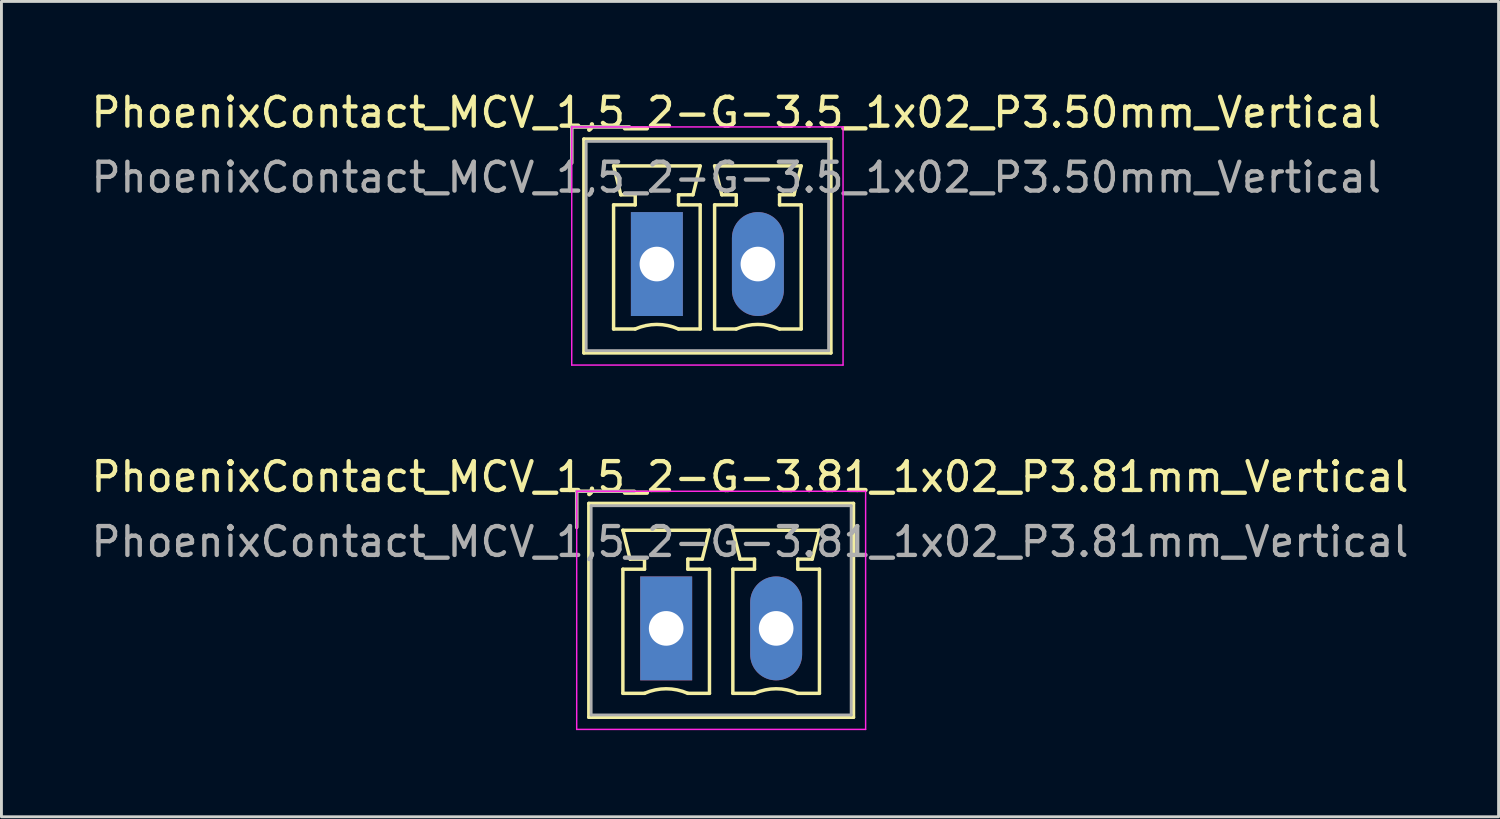
<source format=kicad_pcb>
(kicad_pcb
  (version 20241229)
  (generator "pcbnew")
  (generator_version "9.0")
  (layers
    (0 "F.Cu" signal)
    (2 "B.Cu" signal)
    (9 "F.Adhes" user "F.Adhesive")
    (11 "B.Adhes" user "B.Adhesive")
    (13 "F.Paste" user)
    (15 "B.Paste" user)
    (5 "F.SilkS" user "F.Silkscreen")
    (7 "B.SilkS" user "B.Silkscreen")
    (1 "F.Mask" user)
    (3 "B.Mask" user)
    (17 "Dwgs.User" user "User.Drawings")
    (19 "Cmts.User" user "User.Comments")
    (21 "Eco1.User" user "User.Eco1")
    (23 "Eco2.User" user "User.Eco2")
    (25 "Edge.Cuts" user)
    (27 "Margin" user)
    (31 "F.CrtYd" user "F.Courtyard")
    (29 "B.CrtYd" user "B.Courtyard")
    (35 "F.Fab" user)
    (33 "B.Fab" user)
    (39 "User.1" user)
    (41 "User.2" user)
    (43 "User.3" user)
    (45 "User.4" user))
  (footprint "PhoenixContact_MCV_1,5_2-G-3.5_1x02_P3.50mm_Vertical"
    (layer "F.Cu")
    (at 19.708 6.098)
    (property "Reference" "PhoenixContact_MCV_1,5_2-G-3.5_1x02_P3.50mm_Vertical" (at 2.75 -5.25 0) (layer "F.SilkS") (effects (font (size 1 1) (thickness 0.15))))
    (attr through_hole)
    (fp_line (start -2.95 -4.75) (end -0.95 -4.75) (stroke (width 0.12) (type solid)) (layer "F.SilkS"))
    (fp_line (start -2.95 -3.5) (end -2.95 -4.75) (stroke (width 0.12) (type solid)) (layer "F.SilkS"))
    (fp_line (start -2.53 -4.33) (end -2.53 3.08) (stroke (width 0.12) (type solid)) (layer "F.SilkS"))
    (fp_line (start -2.53 3.08) (end 6.03 3.08) (stroke (width 0.12) (type solid)) (layer "F.SilkS"))
    (fp_line (start -1.5 -3.4) (end 1.5 -3.4) (stroke (width 0.12) (type solid)) (layer "F.SilkS"))
    (fp_line (start -1.5 -2.05) (end -0.75 -2.05) (stroke (width 0.12) (type solid)) (layer "F.SilkS"))
    (fp_line (start -1.5 2.25) (end -1.5 -2.05) (stroke (width 0.12) (type solid)) (layer "F.SilkS"))
    (fp_line (start -1.25 -2.4) (end -1.5 -3.4) (stroke (width 0.12) (type solid)) (layer "F.SilkS"))
    (fp_line (start -0.75 -2.4) (end -1.25 -2.4) (stroke (width 0.12) (type solid)) (layer "F.SilkS"))
    (fp_line (start -0.75 -2.05) (end -0.75 -2.4) (stroke (width 0.12) (type solid)) (layer "F.SilkS"))
    (fp_line (start -0.75 2.25) (end -1.5 2.25) (stroke (width 0.12) (type solid)) (layer "F.SilkS"))
    (fp_line (start 0.75 -2.4) (end 0.75 -2.05) (stroke (width 0.12) (type solid)) (layer "F.SilkS"))
    (fp_line (start 0.75 -2.05) (end 1.5 -2.05) (stroke (width 0.12) (type solid)) (layer "F.SilkS"))
    (fp_line (start 1.25 -2.4) (end 0.75 -2.4) (stroke (width 0.12) (type solid)) (layer "F.SilkS"))
    (fp_line (start 1.5 -3.4) (end 1.25 -2.4) (stroke (width 0.12) (type solid)) (layer "F.SilkS"))
    (fp_line (start 1.5 -2.05) (end 1.5 2.25) (stroke (width 0.12) (type solid)) (layer "F.SilkS"))
    (fp_line (start 1.5 2.25) (end 0.75 2.25) (stroke (width 0.12) (type solid)) (layer "F.SilkS"))
    (fp_line (start 2 -3.4) (end 5 -3.4) (stroke (width 0.12) (type solid)) (layer "F.SilkS"))
    (fp_line (start 2 -2.05) (end 2.75 -2.05) (stroke (width 0.12) (type solid)) (layer "F.SilkS"))
    (fp_line (start 2 2.25) (end 2 -2.05) (stroke (width 0.12) (type solid)) (layer "F.SilkS"))
    (fp_line (start 2.25 -2.4) (end 2 -3.4) (stroke (width 0.12) (type solid)) (layer "F.SilkS"))
    (fp_line (start 2.75 -2.4) (end 2.25 -2.4) (stroke (width 0.12) (type solid)) (layer "F.SilkS"))
    (fp_line (start 2.75 -2.05) (end 2.75 -2.4) (stroke (width 0.12) (type solid)) (layer "F.SilkS"))
    (fp_line (start 2.75 2.25) (end 2 2.25) (stroke (width 0.12) (type solid)) (layer "F.SilkS"))
    (fp_line (start 4.25 -2.4) (end 4.25 -2.05) (stroke (width 0.12) (type solid)) (layer "F.SilkS"))
    (fp_line (start 4.25 -2.05) (end 5 -2.05) (stroke (width 0.12) (type solid)) (layer "F.SilkS"))
    (fp_line (start 4.75 -2.4) (end 4.25 -2.4) (stroke (width 0.12) (type solid)) (layer "F.SilkS"))
    (fp_line (start 5 -3.4) (end 4.75 -2.4) (stroke (width 0.12) (type solid)) (layer "F.SilkS"))
    (fp_line (start 5 -2.05) (end 5 2.25) (stroke (width 0.12) (type solid)) (layer "F.SilkS"))
    (fp_line (start 5 2.25) (end 4.25 2.25) (stroke (width 0.12) (type solid)) (layer "F.SilkS"))
    (fp_line (start 6.03 -4.33) (end -2.53 -4.33) (stroke (width 0.12) (type solid)) (layer "F.SilkS"))
    (fp_line (start 6.03 3.08) (end 6.03 -4.33) (stroke (width 0.12) (type solid)) (layer "F.SilkS"))
    (fp_arc (start -0.75 2.25) (mid -0.000193 2.09191) (end 0.749647 2.249844) (stroke (width 0.12) (type solid)) (layer "F.SilkS"))
    (fp_arc (start 2.75 2.25) (mid 3.499807 2.09191) (end 4.249647 2.249844) (stroke (width 0.12) (type solid)) (layer "F.SilkS"))
    (fp_line (start -2.95 -4.75) (end -2.95 3.5) (stroke (width 0.05) (type solid)) (layer "F.CrtYd"))
    (fp_line (start -2.95 3.5) (end 6.45 3.5) (stroke (width 0.05) (type solid)) (layer "F.CrtYd"))
    (fp_line (start 6.45 -4.75) (end -2.95 -4.75) (stroke (width 0.05) (type solid)) (layer "F.CrtYd"))
    (fp_line (start 6.45 3.5) (end 6.45 -4.75) (stroke (width 0.05) (type solid)) (layer "F.CrtYd"))
    (fp_line (start -2.95 -4.75) (end -0.95 -4.75) (stroke (width 0.1) (type solid)) (layer "F.Fab"))
    (fp_line (start -2.95 -3.5) (end -2.95 -4.75) (stroke (width 0.1) (type solid)) (layer "F.Fab"))
    (fp_line (start -2.45 -4.25) (end -2.45 3) (stroke (width 0.1) (type solid)) (layer "F.Fab"))
    (fp_line (start -2.45 3) (end 5.95 3) (stroke (width 0.1) (type solid)) (layer "F.Fab"))
    (fp_line (start 5.95 -4.25) (end -2.45 -4.25) (stroke (width 0.1) (type solid)) (layer "F.Fab"))
    (fp_line (start 5.95 3) (end 5.95 -4.25) (stroke (width 0.1) (type solid)) (layer "F.Fab"))
    (fp_text user "${REFERENCE}" (at 2.75 -3 0) (layer "F.Fab") (effects (font (size 1 1) (thickness 0.15))))
    (pad "1" thru_hole rect (at 0 0) (size 1.8 3.6) (drill 1.2) (layers "*.Cu" "*.Mask"))
    (pad "2" thru_hole oval (at 3.5 0) (size 1.8 3.6) (drill 1.2) (layers "*.Cu" "*.Mask")))
  (footprint "PhoenixContact_MCV_1,5_2-G-3.81_1x02_P3.81mm_Vertical"
    (layer "F.Cu")
    (at 20.03 18.721)
    (property "Reference" "PhoenixContact_MCV_1,5_2-G-3.81_1x02_P3.81mm_Vertical" (at 2.905 -5.25 0) (layer "F.SilkS") (effects (font (size 1 1) (thickness 0.15))))
    (attr through_hole)
    (fp_line (start -3.1 -4.75) (end -1.1 -4.75) (stroke (width 0.12) (type solid)) (layer "F.SilkS"))
    (fp_line (start -3.1 -3.5) (end -3.1 -4.75) (stroke (width 0.12) (type solid)) (layer "F.SilkS"))
    (fp_line (start -2.68 -4.33) (end -2.68 3.08) (stroke (width 0.12) (type solid)) (layer "F.SilkS"))
    (fp_line (start -2.68 3.08) (end 6.49 3.08) (stroke (width 0.12) (type solid)) (layer "F.SilkS"))
    (fp_line (start -1.5 -3.4) (end 1.5 -3.4) (stroke (width 0.12) (type solid)) (layer "F.SilkS"))
    (fp_line (start -1.5 -2.05) (end -0.75 -2.05) (stroke (width 0.12) (type solid)) (layer "F.SilkS"))
    (fp_line (start -1.5 2.25) (end -1.5 -2.05) (stroke (width 0.12) (type solid)) (layer "F.SilkS"))
    (fp_line (start -1.25 -2.4) (end -1.5 -3.4) (stroke (width 0.12) (type solid)) (layer "F.SilkS"))
    (fp_line (start -0.75 -2.4) (end -1.25 -2.4) (stroke (width 0.12) (type solid)) (layer "F.SilkS"))
    (fp_line (start -0.75 -2.05) (end -0.75 -2.4) (stroke (width 0.12) (type solid)) (layer "F.SilkS"))
    (fp_line (start -0.75 2.25) (end -1.5 2.25) (stroke (width 0.12) (type solid)) (layer "F.SilkS"))
    (fp_line (start 0.75 -2.4) (end 0.75 -2.05) (stroke (width 0.12) (type solid)) (layer "F.SilkS"))
    (fp_line (start 0.75 -2.05) (end 1.5 -2.05) (stroke (width 0.12) (type solid)) (layer "F.SilkS"))
    (fp_line (start 1.25 -2.4) (end 0.75 -2.4) (stroke (width 0.12) (type solid)) (layer "F.SilkS"))
    (fp_line (start 1.5 -3.4) (end 1.25 -2.4) (stroke (width 0.12) (type solid)) (layer "F.SilkS"))
    (fp_line (start 1.5 -2.05) (end 1.5 2.25) (stroke (width 0.12) (type solid)) (layer "F.SilkS"))
    (fp_line (start 1.5 2.25) (end 0.75 2.25) (stroke (width 0.12) (type solid)) (layer "F.SilkS"))
    (fp_line (start 2.31 -3.4) (end 5.31 -3.4) (stroke (width 0.12) (type solid)) (layer "F.SilkS"))
    (fp_line (start 2.31 -2.05) (end 3.06 -2.05) (stroke (width 0.12) (type solid)) (layer "F.SilkS"))
    (fp_line (start 2.31 2.25) (end 2.31 -2.05) (stroke (width 0.12) (type solid)) (layer "F.SilkS"))
    (fp_line (start 2.56 -2.4) (end 2.31 -3.4) (stroke (width 0.12) (type solid)) (layer "F.SilkS"))
    (fp_line (start 3.06 -2.4) (end 2.56 -2.4) (stroke (width 0.12) (type solid)) (layer "F.SilkS"))
    (fp_line (start 3.06 -2.05) (end 3.06 -2.4) (stroke (width 0.12) (type solid)) (layer "F.SilkS"))
    (fp_line (start 3.06 2.25) (end 2.31 2.25) (stroke (width 0.12) (type solid)) (layer "F.SilkS"))
    (fp_line (start 4.56 -2.4) (end 4.56 -2.05) (stroke (width 0.12) (type solid)) (layer "F.SilkS"))
    (fp_line (start 4.56 -2.05) (end 5.31 -2.05) (stroke (width 0.12) (type solid)) (layer "F.SilkS"))
    (fp_line (start 5.06 -2.4) (end 4.56 -2.4) (stroke (width 0.12) (type solid)) (layer "F.SilkS"))
    (fp_line (start 5.31 -3.4) (end 5.06 -2.4) (stroke (width 0.12) (type solid)) (layer "F.SilkS"))
    (fp_line (start 5.31 -2.05) (end 5.31 2.25) (stroke (width 0.12) (type solid)) (layer "F.SilkS"))
    (fp_line (start 5.31 2.25) (end 4.56 2.25) (stroke (width 0.12) (type solid)) (layer "F.SilkS"))
    (fp_line (start 6.49 -4.33) (end -2.68 -4.33) (stroke (width 0.12) (type solid)) (layer "F.SilkS"))
    (fp_line (start 6.49 3.08) (end 6.49 -4.33) (stroke (width 0.12) (type solid)) (layer "F.SilkS"))
    (fp_arc (start -0.75 2.25) (mid -0.000193 2.09191) (end 0.749647 2.249844) (stroke (width 0.12) (type solid)) (layer "F.SilkS"))
    (fp_arc (start 3.06 2.25) (mid 3.809807 2.09191) (end 4.559647 2.249844) (stroke (width 0.12) (type solid)) (layer "F.SilkS"))
    (fp_line (start -3.1 -4.75) (end -3.1 3.5) (stroke (width 0.05) (type solid)) (layer "F.CrtYd"))
    (fp_line (start -3.1 3.5) (end 6.91 3.5) (stroke (width 0.05) (type solid)) (layer "F.CrtYd"))
    (fp_line (start 6.91 -4.75) (end -3.1 -4.75) (stroke (width 0.05) (type solid)) (layer "F.CrtYd"))
    (fp_line (start 6.91 3.5) (end 6.91 -4.75) (stroke (width 0.05) (type solid)) (layer "F.CrtYd"))
    (fp_line (start -3.1 -4.75) (end -1.1 -4.75) (stroke (width 0.1) (type solid)) (layer "F.Fab"))
    (fp_line (start -3.1 -3.5) (end -3.1 -4.75) (stroke (width 0.1) (type solid)) (layer "F.Fab"))
    (fp_line (start -2.6 -4.25) (end -2.6 3) (stroke (width 0.1) (type solid)) (layer "F.Fab"))
    (fp_line (start -2.6 3) (end 6.41 3) (stroke (width 0.1) (type solid)) (layer "F.Fab"))
    (fp_line (start 6.41 -4.25) (end -2.6 -4.25) (stroke (width 0.1) (type solid)) (layer "F.Fab"))
    (fp_line (start 6.41 3) (end 6.41 -4.25) (stroke (width 0.1) (type solid)) (layer "F.Fab"))
    (fp_text user "${REFERENCE}" (at 2.905 -3 0) (layer "F.Fab") (effects (font (size 1 1) (thickness 0.15))))
    (pad "1" thru_hole rect (at 0 0) (size 1.8 3.6) (drill 1.2) (layers "*.Cu" "*.Mask"))
    (pad "2" thru_hole oval (at 3.81 0) (size 1.8 3.6) (drill 1.2) (layers "*.Cu" "*.Mask")))
  (gr_rect
    (start -3 -3)
    (end 48.869 25.247)
    (stroke (width 0.1) (type default))
    (fill no)
    (layer "Edge.Cuts")))
</source>
